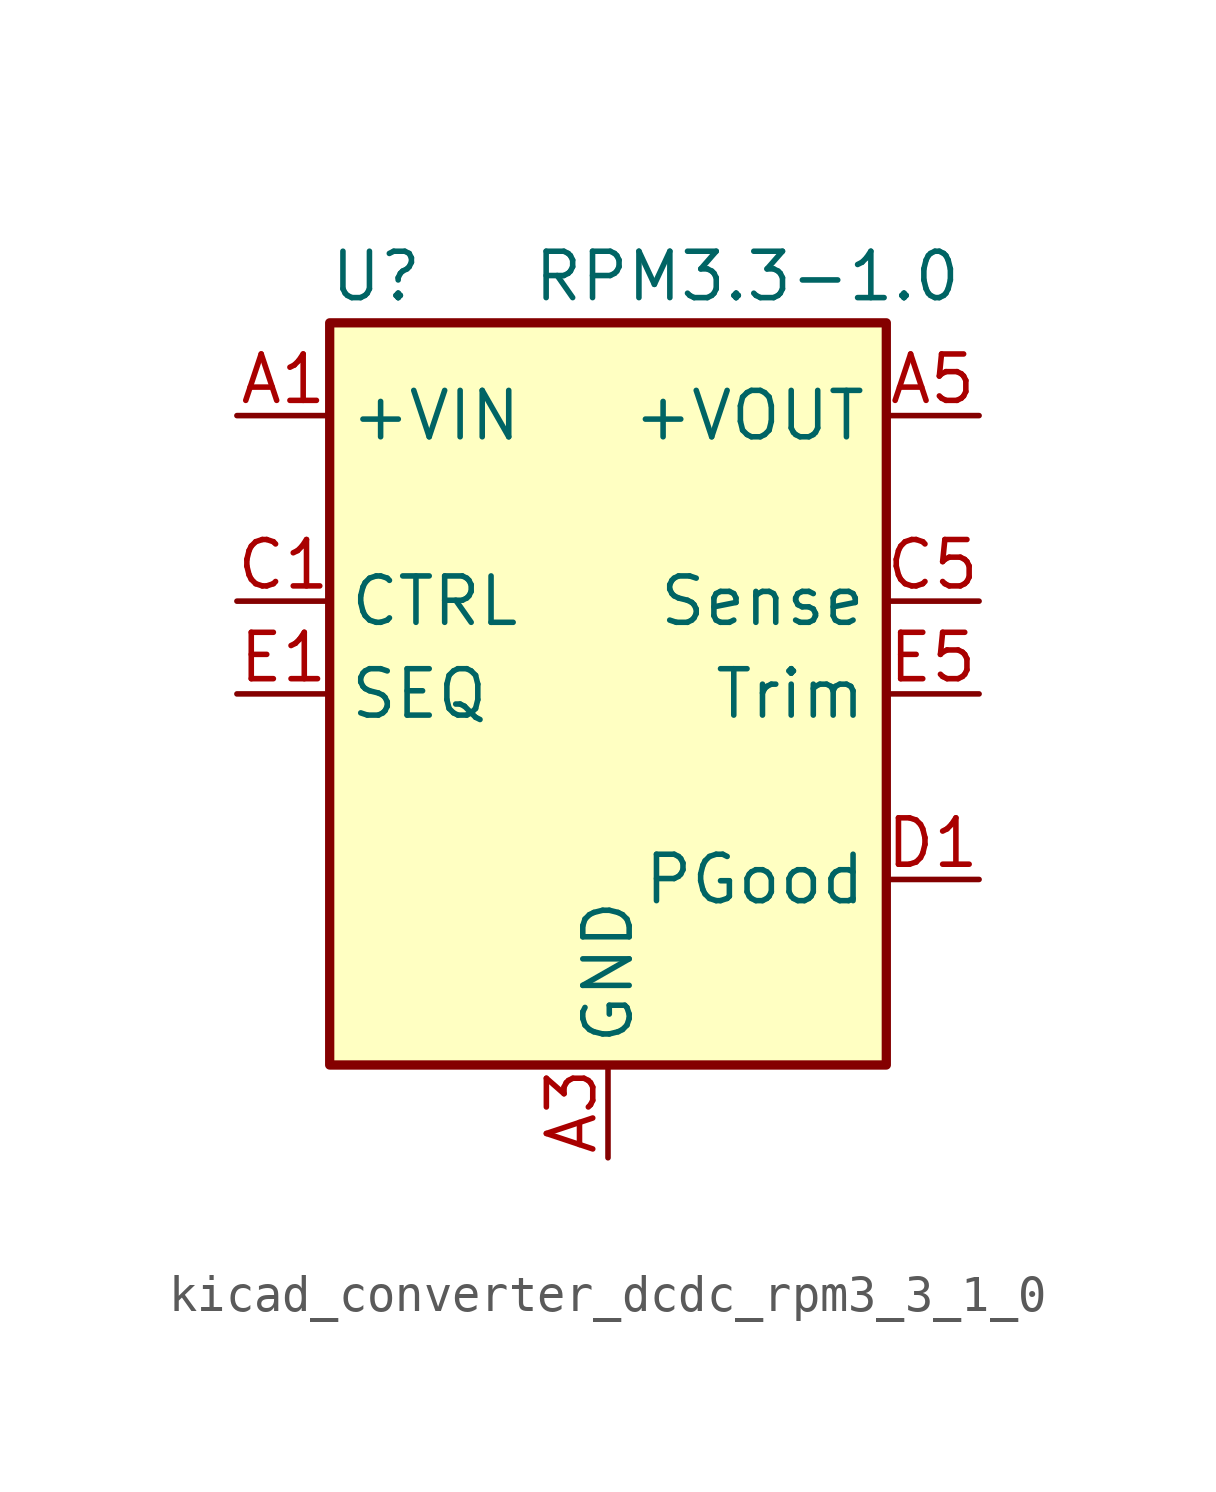
<source format=kicad_sym>
(kicad_symbol_lib
  (version 20220914)
  (generator kicad_symbol_editor)
  (symbol "kicad_converter_dcdc_rpm3_3_1_0"
    (property "Reference" "U"
      (at -6.35 11.43 0)
      (effects (font (size 1.27 1.27))))
    (property "Value" "RPM3.3-1.0"
      (at 3.81 11.43 0)
      (effects (font (size 1.27 1.27))))
    (symbol "kicad_converter_dcdc_rpm3_3_1_0_0_1"
      (rectangle (start -7.62 10.16) (end 7.62 -10.16) (stroke (width 0.254) (type default)) (fill (type background))))
    (symbol "kicad_converter_dcdc_rpm3_3_1_0_1_1"
      (pin power_in line (at -10.16 7.62 0) (length 2.54) (name "+VIN" (effects (font (size 1.27 1.27)))) (number "A1" (effects (font (size 1.27 1.27)))))
      (pin passive line (at -10.16 7.62 0) (length 2.54) hide (name "+VIN" (effects (font (size 1.27 1.27)))) (number "A2" (effects (font (size 1.27 1.27)))))
      (pin power_in line (at 0 -12.7 90) (length 2.54) (name "GND" (effects (font (size 1.27 1.27)))) (number "A3" (effects (font (size 1.27 1.27)))))
      (pin passive line (at 0 -12.7 90) (length 2.54) hide (name "GND" (effects (font (size 1.27 1.27)))) (number "A4" (effects (font (size 1.27 1.27)))))
      (pin power_out line (at 10.16 7.62 180) (length 2.54) (name "+VOUT" (effects (font (size 1.27 1.27)))) (number "A5" (effects (font (size 1.27 1.27)))))
      (pin passive line (at 0 -12.7 90) (length 2.54) hide (name "GND" (effects (font (size 1.27 1.27)))) (number "B1" (effects (font (size 1.27 1.27)))))
      (pin passive line (at 0 -12.7 90) (length 2.54) hide (name "GND" (effects (font (size 1.27 1.27)))) (number "B2" (effects (font (size 1.27 1.27)))))
      (pin passive line (at 0 -12.7 90) (length 2.54) hide (name "GND" (effects (font (size 1.27 1.27)))) (number "B3" (effects (font (size 1.27 1.27)))))
      (pin passive line (at 0 -12.7 90) (length 2.54) hide (name "GND" (effects (font (size 1.27 1.27)))) (number "B4" (effects (font (size 1.27 1.27)))))
      (pin passive line (at 10.16 7.62 180) (length 2.54) hide (name "+VOUT" (effects (font (size 1.27 1.27)))) (number "B5" (effects (font (size 1.27 1.27)))))
      (pin input line (at -10.16 2.54 0) (length 2.54) (name "CTRL" (effects (font (size 1.27 1.27)))) (number "C1" (effects (font (size 1.27 1.27)))))
      (pin passive line (at 0 -12.7 90) (length 2.54) hide (name "GND" (effects (font (size 1.27 1.27)))) (number "C2" (effects (font (size 1.27 1.27)))))
      (pin passive line (at 0 -12.7 90) (length 2.54) hide (name "GND" (effects (font (size 1.27 1.27)))) (number "C3" (effects (font (size 1.27 1.27)))))
      (pin passive line (at 0 -12.7 90) (length 2.54) hide (name "GND" (effects (font (size 1.27 1.27)))) (number "C4" (effects (font (size 1.27 1.27)))))
      (pin input line (at 10.16 2.54 180) (length 2.54) (name "Sense" (effects (font (size 1.27 1.27)))) (number "C5" (effects (font (size 1.27 1.27)))))
      (pin output line (at 10.16 -5.08 180) (length 2.54) (name "PGood" (effects (font (size 1.27 1.27)))) (number "D1" (effects (font (size 1.27 1.27)))))
      (pin passive line (at 0 -12.7 90) (length 2.54) hide (name "GND" (effects (font (size 1.27 1.27)))) (number "D2" (effects (font (size 1.27 1.27)))))
      (pin passive line (at 0 -12.7 90) (length 2.54) hide (name "GND" (effects (font (size 1.27 1.27)))) (number "D3" (effects (font (size 1.27 1.27)))))
      (pin passive line (at 0 -12.7 90) (length 2.54) hide (name "GND" (effects (font (size 1.27 1.27)))) (number "D4" (effects (font (size 1.27 1.27)))))
      (pin passive line (at 0 -12.7 90) (length 2.54) hide (name "GND" (effects (font (size 1.27 1.27)))) (number "D5" (effects (font (size 1.27 1.27)))))
      (pin passive line (at -10.16 0 0) (length 2.54) (name "SEQ" (effects (font (size 1.27 1.27)))) (number "E1" (effects (font (size 1.27 1.27)))))
      (pin no_connect line (at -7.62 -5.08 0) (length 2.54) hide (name "NC" (effects (font (size 1.27 1.27)))) (number "E2" (effects (font (size 1.27 1.27)))))
      (pin passive line (at 0 -12.7 90) (length 2.54) hide (name "GND" (effects (font (size 1.27 1.27)))) (number "E3" (effects (font (size 1.27 1.27)))))
      (pin passive line (at 0 -12.7 90) (length 2.54) hide (name "GND" (effects (font (size 1.27 1.27)))) (number "E4" (effects (font (size 1.27 1.27)))))
      (pin input line (at 10.16 0 180) (length 2.54) (name "Trim" (effects (font (size 1.27 1.27)))) (number "E5" (effects (font (size 1.27 1.27))))))))
</source>
